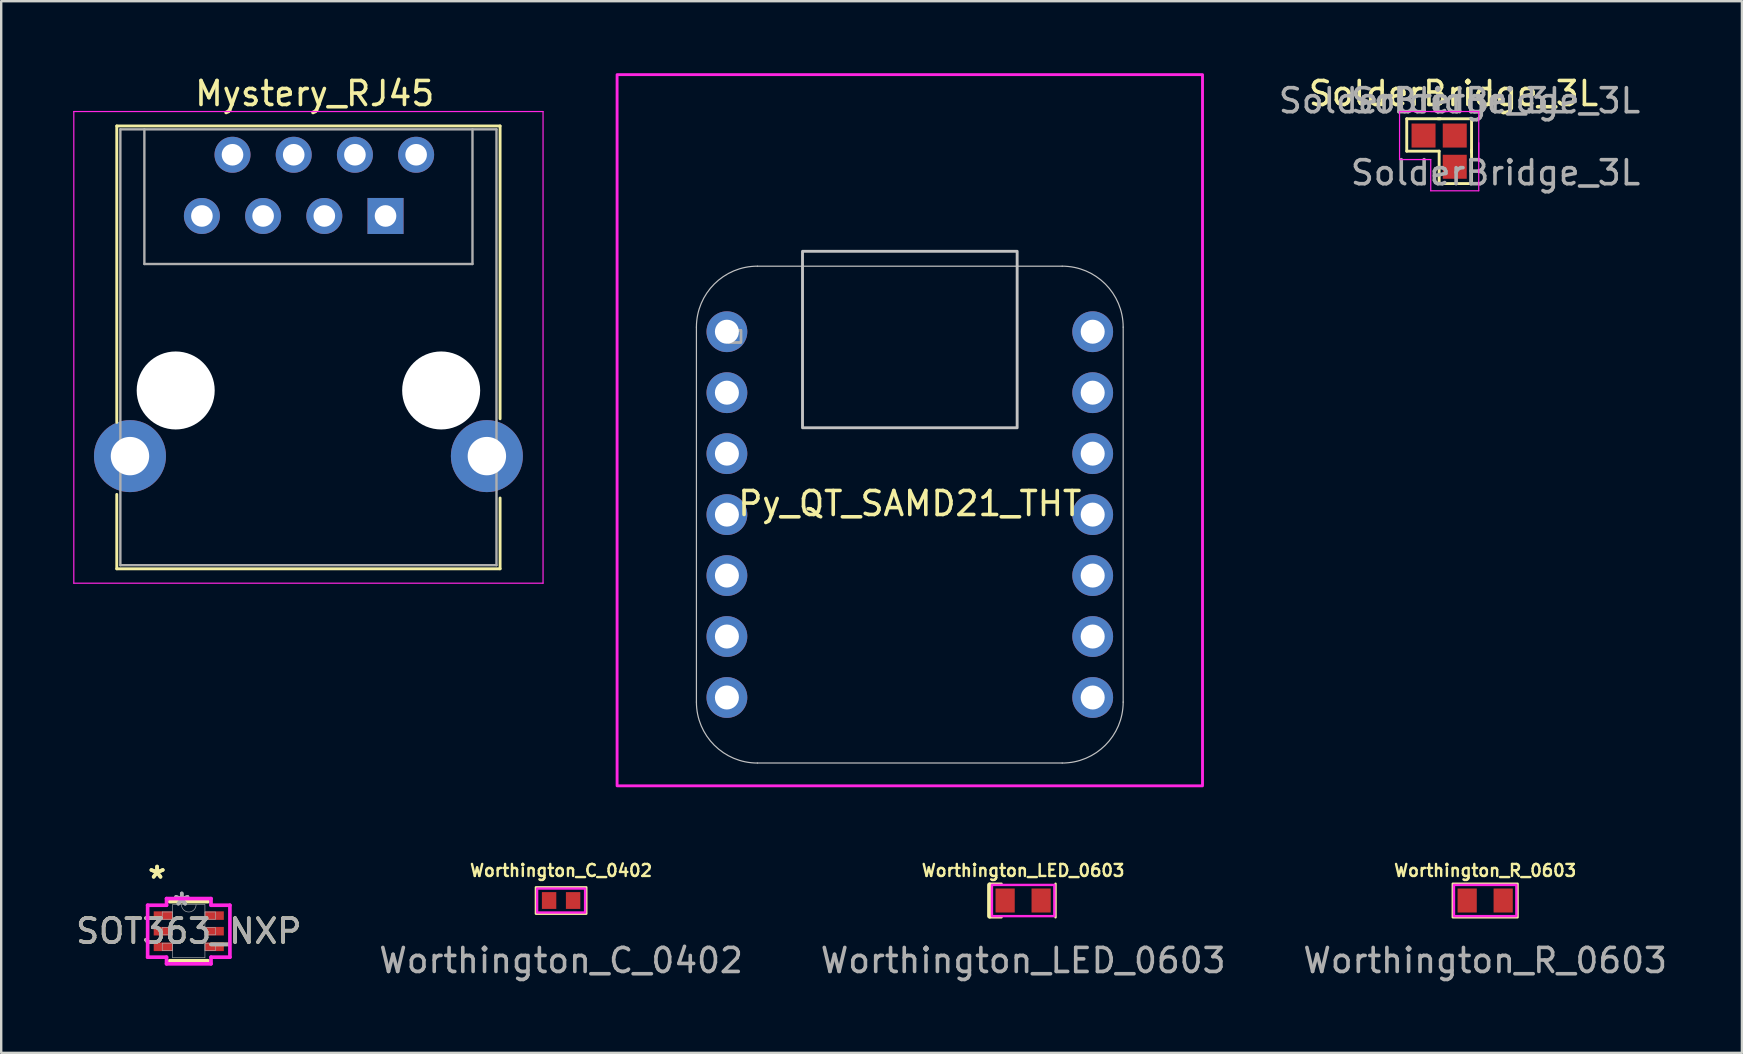
<source format=kicad_pcb>
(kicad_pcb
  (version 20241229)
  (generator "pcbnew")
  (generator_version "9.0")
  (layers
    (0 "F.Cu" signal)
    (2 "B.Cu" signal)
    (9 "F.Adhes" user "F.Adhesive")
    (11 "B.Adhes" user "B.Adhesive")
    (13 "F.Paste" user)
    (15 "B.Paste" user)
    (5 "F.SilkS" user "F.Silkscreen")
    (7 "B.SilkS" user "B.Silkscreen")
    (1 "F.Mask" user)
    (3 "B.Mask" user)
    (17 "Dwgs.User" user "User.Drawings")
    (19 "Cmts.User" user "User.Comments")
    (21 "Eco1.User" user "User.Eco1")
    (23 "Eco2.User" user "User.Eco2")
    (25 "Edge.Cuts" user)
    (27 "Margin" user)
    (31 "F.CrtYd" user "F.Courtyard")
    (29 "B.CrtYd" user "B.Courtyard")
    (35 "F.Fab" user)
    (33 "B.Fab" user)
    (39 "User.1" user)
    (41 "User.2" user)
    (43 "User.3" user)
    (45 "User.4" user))
  (footprint "Py_QT_SAMD21_THT"
    (layer "F.Cu")
    (at 34.855 18.43)
    (property "Reference" "Py_QT_SAMD21_THT" (at 0 -0.5 0) (unlocked yes) (layer "F.SilkS") (effects (font (size 1 1) (thickness 0.15))))
    (attr through_hole)
    (fp_line (start -8.89 7.771) (end -8.89 -7.851) (stroke (width 0.05) (type solid)) (layer "Dwgs.User"))
    (fp_line (start -6.35 -10.39) (end 6.35 -10.39) (stroke (width 0.05) (type solid)) (layer "Dwgs.User"))
    (fp_line (start 6.35 10.31) (end -6.35 10.31) (stroke (width 0.05) (type solid)) (layer "Dwgs.User"))
    (fp_line (start 8.89 -7.851) (end 8.89 7.771) (stroke (width 0.05) (type solid)) (layer "Dwgs.User"))
    (fp_rect (start -4.47 -11.01) (end 4.473 -3.657) (stroke (width 0.12) (type default)) (fill no) (layer "Dwgs.User"))
    (fp_arc (start -8.89 -7.8505) (mid -8.146051 -9.646551) (end -6.35 -10.3905) (stroke (width 0.05) (type solid)) (layer "Dwgs.User"))
    (fp_arc (start -6.35 10.3105) (mid -8.146051 9.566551) (end -8.89 7.7705) (stroke (width 0.05) (type solid)) (layer "Dwgs.User"))
    (fp_arc (start 6.35 -10.3905) (mid 8.146051 -9.646551) (end 8.89 -7.8505) (stroke (width 0.05) (type solid)) (layer "Dwgs.User"))
    (fp_arc (start 8.89 7.7705) (mid 8.146051 9.566551) (end 6.35 10.3105) (stroke (width 0.05) (type solid)) (layer "Dwgs.User"))
    (fp_rect (start -12.195 -18.37) (end 12.195 11.26) (stroke (width 0.12) (type default)) (fill no) (layer "F.CrtYd"))
    (fp_poly (pts (xy -7.541 -7.213) (xy -7.033 -7.213) (xy -7.033 -7.721) (xy -7.541 -7.721)) (stroke (width 0.1) (type default)) (fill no) (layer "F.Fab"))
    (fp_poly (pts (xy -7.541 -7.213) (xy -7.033 -7.213) (xy -7.033 -7.721) (xy -7.541 -7.721)) (stroke (width 0.1) (type default)) (fill no) (layer "F.Fab"))
    (pad "1" thru_hole circle (at -7.62 -7.66) (size 1.7 1.7) (drill 1) (layers "*.Cu" "*.Mask"))
    (pad "2" thru_hole circle (at -7.62 -5.12) (size 1.7 1.7) (drill 1) (layers "*.Cu" "*.Mask"))
    (pad "3" thru_hole circle (at -7.62 -2.58) (size 1.7 1.7) (drill 1) (layers "*.Cu" "*.Mask"))
    (pad "4" thru_hole circle (at -7.62 -0.04) (size 1.7 1.7) (drill 1) (layers "*.Cu" "*.Mask"))
    (pad "5" thru_hole circle (at -7.62 2.5) (size 1.7 1.7) (drill 1) (layers "*.Cu" "*.Mask"))
    (pad "6" thru_hole circle (at -7.62 5.04) (size 1.7 1.7) (drill 1) (layers "*.Cu" "*.Mask"))
    (pad "7" thru_hole circle (at -7.62 7.58) (size 1.7 1.7) (drill 1) (layers "*.Cu" "*.Mask"))
    (pad "8" thru_hole circle (at 7.62 7.58 180) (size 1.7 1.7) (drill 1) (layers "*.Cu" "*.Mask"))
    (pad "9" thru_hole circle (at 7.62 5.04 180) (size 1.7 1.7) (drill 1) (layers "*.Cu" "*.Mask"))
    (pad "10" thru_hole circle (at 7.62 2.5 180) (size 1.7 1.7) (drill 1) (layers "*.Cu" "*.Mask"))
    (pad "11" thru_hole circle (at 7.62 -0.04 180) (size 1.7 1.7) (drill 1) (layers "*.Cu" "*.Mask"))
    (pad "12" thru_hole circle (at 7.62 -2.58 180) (size 1.7 1.7) (drill 1) (layers "*.Cu" "*.Mask"))
    (pad "13" thru_hole circle (at 7.62 -5.12 180) (size 1.7 1.7) (drill 1) (layers "*.Cu" "*.Mask"))
    (pad "14" thru_hole circle (at 7.62 -7.66 180) (size 1.7 1.7) (drill 1) (layers "*.Cu" "*.Mask")))
  (footprint "SolderBridge_3L"
    (layer "F.Cu")
    (at 56.259 2.598)
    (property "Reference" "SolderBridge_3L" (at 1.25 -1.75 0) (layer "F.SilkS") (effects (font (size 1 1) (thickness 0.15))))
    (attr exclude_from_pos_files exclude_from_bom)
    (fp_rect (start -0.45 -0.45) (end 1.75 0.45) (stroke (width 0.1) (type solid)) (fill yes) (layer "F.Mask"))
    (fp_rect (start 0.85 -0.45) (end 1.75 1.75) (stroke (width 0.1) (type solid)) (fill yes) (layer "F.Mask"))
    (fp_line (start -0.7 -0.7) (end 0.7 -0.7) (stroke (width 0.12) (type solid)) (layer "F.SilkS"))
    (fp_line (start -0.7 0.65) (end -0.7 -0.7) (stroke (width 0.12) (type solid)) (layer "F.SilkS"))
    (fp_line (start -0.7 0.65) (end 0.65 0.65) (stroke (width 0.12) (type solid)) (layer "F.SilkS"))
    (fp_line (start 0.6 -0.7) (end 2 -0.7) (stroke (width 0.12) (type solid)) (layer "F.SilkS"))
    (fp_line (start 0.65 2) (end 0.65 0.65) (stroke (width 0.12) (type solid)) (layer "F.SilkS"))
    (fp_line (start 2 -0.7) (end 2 0.7) (stroke (width 0.12) (type solid)) (layer "F.SilkS"))
    (fp_line (start 2 0.6) (end 2 2) (stroke (width 0.12) (type solid)) (layer "F.SilkS"))
    (fp_line (start 2 2) (end 0.65 2) (stroke (width 0.12) (type solid)) (layer "F.SilkS"))
    (fp_line (start -1 -1) (end -1 1) (stroke (width 0.05) (type solid)) (layer "F.CrtYd"))
    (fp_line (start -1 -1) (end 1 -1) (stroke (width 0.05) (type solid)) (layer "F.CrtYd"))
    (fp_line (start 0.3 -1) (end 2.3 -1) (stroke (width 0.05) (type solid)) (layer "F.CrtYd"))
    (fp_line (start 0.3 1) (end -1 1) (stroke (width 0.05) (type solid)) (layer "F.CrtYd"))
    (fp_line (start 0.3 1) (end 0.3 2.3) (stroke (width 0.05) (type solid)) (layer "F.CrtYd"))
    (fp_line (start 2.3 1) (end 2.3 -1) (stroke (width 0.05) (type solid)) (layer "F.CrtYd"))
    (fp_line (start 2.3 2.3) (end 0.3 2.3) (stroke (width 0.05) (type solid)) (layer "F.CrtYd"))
    (fp_line (start 2.3 2.3) (end 2.3 0.3) (stroke (width 0.05) (type solid)) (layer "F.CrtYd"))
    (fp_text user "${REFERENCE}" (at 3 -1.45 0) (layer "F.Fab") (effects (font (size 1 1) (thickness 0.15))))
    (fp_text user "${REFERENCE}" (at 3 1.55 0) (layer "F.Fab") (effects (font (size 1 1) (thickness 0.15))))
    (fp_text user "${REFERENCE}" (at 0 -1.45 0) (layer "F.Fab") (effects (font (size 1 1) (thickness 0.15))))
    (pad "1" smd rect (at 0 0) (size 1 1) (layers "F.Cu" "F.Mask"))
    (pad "2" smd rect (at 1.3 0) (size 1 1) (layers "F.Cu" "F.Mask"))
    (pad "3" smd rect (at 1.3 1.3) (size 1 1) (layers "F.Cu" "F.Mask")))
  (footprint "Worthington_C_0402"
    (layer "F.Cu")
    (at 20.327 34.468)
    (property "Reference" "Worthington_C_0402" (at 0 -1.25 0) (unlocked yes) (layer "F.SilkS") (effects (font (size 0.5 0.5) (thickness 0.1))))
    (attr through_hole)
    (fp_rect (start -1.05 -0.55) (end 1.05 0.55) (stroke (width 0.1) (type solid)) (fill no) (layer "F.SilkS"))
    (fp_rect (start -1 -0.5) (end 1 0.5) (stroke (width 0.1) (type solid)) (fill no) (layer "F.CrtYd"))
    (fp_text user "${REFERENCE}" (at 0 2.5 0) (unlocked yes) (layer "F.Fab") (effects (font (size 1 1) (thickness 0.15))))
    (pad "1" smd rect (at -0.5 0) (size 0.6 0.7) (layers "F.Cu" "F.Mask" "F.Paste"))
    (pad "2" smd rect (at 0.5 0) (size 0.6 0.7) (layers "F.Cu" "F.Mask" "F.Paste")))
  (footprint "Worthington_R_0603"
    (layer "F.Cu")
    (at 58.827 34.468)
    (property "Reference" "Worthington_R_0603" (at 0 -1.25 0) (unlocked yes) (layer "F.SilkS") (effects (font (size 0.5 0.5) (thickness 0.1))))
    (attr through_hole)
    (fp_rect (start -1.35 -0.7) (end 1.35 0.7) (stroke (width 0.1) (type solid)) (fill no) (layer "F.SilkS"))
    (fp_rect (start -1.3 -0.65) (end 1.3 0.65) (stroke (width 0.1) (type solid)) (fill no) (layer "F.CrtYd"))
    (fp_text user "${REFERENCE}" (at 0 2.5 0) (unlocked yes) (layer "F.Fab") (effects (font (size 1 1) (thickness 0.15))))
    (pad "1" smd rect (at -0.75 0) (size 0.8 1) (layers "F.Cu" "F.Mask" "F.Paste"))
    (pad "2" smd rect (at 0.75 0) (size 0.8 1) (layers "F.Cu" "F.Mask" "F.Paste")))
  (footprint "Worthington_LED_0603"
    (layer "F.Cu")
    (at 39.577 34.468)
    (property "Reference" "Worthington_LED_0603" (at 0 -1.25 0) (unlocked yes) (layer "F.SilkS") (effects (font (size 0.5 0.5) (thickness 0.1))))
    (attr through_hole)
    (fp_line (start -1.4 -0.65) (end -1.4 0.65) (stroke (width 0.2) (type solid)) (layer "F.SilkS"))
    (fp_line (start -1.4 0.7) (end -0.9 0.7) (stroke (width 0.1) (type default)) (layer "F.SilkS"))
    (fp_line (start -0.9 -0.7) (end -1.4 -0.7) (stroke (width 0.1) (type default)) (layer "F.SilkS"))
    (fp_line (start 1.35 0.7) (end 1.35 -0.7) (stroke (width 0.1) (type default)) (layer "F.SilkS"))
    (fp_rect (start -1.3 -0.65) (end 1.3 0.65) (stroke (width 0.1) (type solid)) (fill no) (layer "F.CrtYd"))
    (fp_text user "${REFERENCE}" (at 0 2.5 0) (unlocked yes) (layer "F.Fab") (effects (font (size 1 1) (thickness 0.15))))
    (pad "1" smd rect (at -0.75 0) (size 0.8 1) (layers "F.Cu" "F.Mask" "F.Paste"))
    (pad "2" smd rect (at 0.75 0) (size 0.8 1) (layers "F.Cu" "F.Mask" "F.Paste")))
  (footprint "Mystery_RJ45"
    (layer "F.Cu")
    (at 12.962 5.948)
    (property "Reference" "Mystery_RJ45" (at -2.9 -5.1 0) (unlocked yes) (layer "F.SilkS") (effects (font (size 1 1) (thickness 0.15))))
    (attr through_hole)
    (fp_line (start -11.147 -3.75) (end -11.147 8.6) (stroke (width 0.12) (type solid)) (layer "F.SilkS"))
    (fp_line (start -11.147 14.7) (end -11.147 11.6) (stroke (width 0.12) (type solid)) (layer "F.SilkS"))
    (fp_line (start 4.823 -3.75) (end -11.147 -3.75) (stroke (width 0.12) (type solid)) (layer "F.SilkS"))
    (fp_line (start 4.823 -3.75) (end 4.823 8.45) (stroke (width 0.12) (type solid)) (layer "F.SilkS"))
    (fp_line (start 4.823 14.7) (end -11.147 14.7) (stroke (width 0.12) (type solid)) (layer "F.SilkS"))
    (fp_line (start 4.823 14.7) (end 4.823 11.75) (stroke (width 0.12) (type solid)) (layer "F.SilkS"))
    (fp_line (start -12.937 -4.35) (end 6.613 -4.35) (stroke (width 0.05) (type solid)) (layer "F.CrtYd"))
    (fp_line (start -12.937 15.3) (end -12.937 -4.35) (stroke (width 0.05) (type solid)) (layer "F.CrtYd"))
    (fp_line (start 6.613 -4.35) (end 6.613 15.3) (stroke (width 0.05) (type solid)) (layer "F.CrtYd"))
    (fp_line (start 6.613 15.3) (end -12.937 15.3) (stroke (width 0.05) (type solid)) (layer "F.CrtYd"))
    (fp_line (start -10.997 9.35) (end -10.597 9.35) (stroke (width 0.1) (type solid)) (layer "F.Fab"))
    (fp_line (start -10.997 10.65) (end -10.597 10.65) (stroke (width 0.1) (type solid)) (layer "F.Fab"))
    (fp_line (start -10.997 14.55) (end -10.997 -3.61) (stroke (width 0.1) (type solid)) (layer "F.Fab"))
    (fp_line (start -10.597 9.35) (end -10.597 10.64) (stroke (width 0.1) (type solid)) (layer "F.Fab"))
    (fp_line (start -9.997 2) (end -9.997 -3.61) (stroke (width 0.1) (type solid)) (layer "F.Fab"))
    (fp_line (start -9.997 2) (end 3.673 2) (stroke (width 0.1) (type solid)) (layer "F.Fab"))
    (fp_line (start 3.673 2) (end 3.673 -3.61) (stroke (width 0.1) (type solid)) (layer "F.Fab"))
    (fp_line (start 4.273 10.65) (end 4.273 9.36) (stroke (width 0.1) (type solid)) (layer "F.Fab"))
    (fp_line (start 4.673 -3.61) (end -10.997 -3.61) (stroke (width 0.1) (type solid)) (layer "F.Fab"))
    (fp_line (start 4.673 9.35) (end 4.273 9.35) (stroke (width 0.1) (type solid)) (layer "F.Fab"))
    (fp_line (start 4.673 10.65) (end 4.273 10.65) (stroke (width 0.1) (type solid)) (layer "F.Fab"))
    (fp_line (start 4.673 14.55) (end -10.997 14.55) (stroke (width 0.1) (type solid)) (layer "F.Fab"))
    (fp_line (start 4.673 14.55) (end 4.673 -3.61) (stroke (width 0.1) (type solid)) (layer "F.Fab"))
    (fp_circle (center -8.692 7.27) (end -10.192 7.27) (stroke (width 0.1) (type solid)) (fill no) (layer "F.Fab"))
    (fp_circle (center -7.6 0) (end -7.375 0) (stroke (width 0.05) (type solid)) (fill no) (layer "F.Fab"))
    (fp_circle (center -6.325 -2.55) (end -6.1 -2.55) (stroke (width 0.05) (type solid)) (fill no) (layer "F.Fab"))
    (fp_circle (center -5.05 0) (end -4.825 0) (stroke (width 0.05) (type solid)) (fill no) (layer "F.Fab"))
    (fp_circle (center -3.775 -2.55) (end -3.55 -2.55) (stroke (width 0.05) (type solid)) (fill no) (layer "F.Fab"))
    (fp_circle (center -2.5 0) (end -2.275 0) (stroke (width 0.05) (type solid)) (fill no) (layer "F.Fab"))
    (fp_circle (center -1.225 -2.55) (end -1 -2.55) (stroke (width 0.05) (type solid)) (fill no) (layer "F.Fab"))
    (fp_circle (center 0.05 0) (end 0.275 0) (stroke (width 0.05) (type solid)) (fill no) (layer "F.Fab"))
    (fp_circle (center 1.325 -2.55) (end 1.55 -2.55) (stroke (width 0.05) (type solid)) (fill no) (layer "F.Fab"))
    (fp_circle (center 2.368 7.27) (end 0.868 7.27) (stroke (width 0.1) (type solid)) (fill no) (layer "F.Fab"))
    (pad "" np_thru_hole circle (at -8.692 7.27) (size 3.25 3.25) (drill 3.25) (layers "*.Cu" "*.Mask"))
    (pad "" np_thru_hole circle (at 2.368 7.27) (size 3.25 3.25) (drill 3.25) (layers "*.Cu" "*.Mask"))
    (pad "1" thru_hole rect (at 0.05 0) (size 1.5 1.5) (drill 0.9) (layers "*.Cu" "*.Mask"))
    (pad "2" thru_hole circle (at 1.325 -2.55) (size 1.5 1.5) (drill 0.9) (layers "*.Cu" "*.Mask"))
    (pad "3" thru_hole circle (at -2.5 0) (size 1.5 1.5) (drill 0.9) (layers "*.Cu" "*.Mask"))
    (pad "4" thru_hole circle (at -1.225 -2.55) (size 1.5 1.5) (drill 0.9) (layers "*.Cu" "*.Mask"))
    (pad "5" thru_hole circle (at -5.05 0) (size 1.5 1.5) (drill 0.9) (layers "*.Cu" "*.Mask"))
    (pad "6" thru_hole circle (at -3.775 -2.55) (size 1.5 1.5) (drill 0.9) (layers "*.Cu" "*.Mask"))
    (pad "7" thru_hole circle (at -7.6 0) (size 1.5 1.5) (drill 0.9) (layers "*.Cu" "*.Mask"))
    (pad "8" thru_hole circle (at -6.325 -2.55) (size 1.5 1.5) (drill 0.9) (layers "*.Cu" "*.Mask"))
    (pad "SH" thru_hole circle (at -10.597 10.005) (size 3 3) (drill 1.6) (layers "*.Cu" "*.Mask"))
    (pad "SH" thru_hole circle (at 4.273 10.005) (size 3 3) (drill 1.6) (layers "*.Cu" "*.Mask")))
  (footprint "SOT363_NXP"
    (layer "F.Cu")
    (at 4.815 35.747)
    (property "Reference" "SOT363_NXP" (at 0 0 0) (unlocked yes) (layer "F.SilkS") (effects (font (size 1 1) (thickness 0.15))))
    (attr smd)
    (fp_line (start -0.8 1.232) (end 0.8 1.232) (stroke (width 0.152) (type solid)) (layer "F.SilkS"))
    (fp_line (start 0.8 -1.232) (end -0.8 -1.232) (stroke (width 0.152) (type solid)) (layer "F.SilkS"))
    (fp_line (start -1.714 -1.082) (end -0.927 -1.082) (stroke (width 0.152) (type solid)) (layer "F.CrtYd"))
    (fp_line (start -1.714 1.082) (end -1.714 -1.082) (stroke (width 0.152) (type solid)) (layer "F.CrtYd"))
    (fp_line (start -1.714 1.082) (end -0.927 1.082) (stroke (width 0.152) (type solid)) (layer "F.CrtYd"))
    (fp_line (start -0.927 -1.359) (end 0.927 -1.359) (stroke (width 0.152) (type solid)) (layer "F.CrtYd"))
    (fp_line (start -0.927 -1.082) (end -0.927 -1.359) (stroke (width 0.152) (type solid)) (layer "F.CrtYd"))
    (fp_line (start -0.927 1.359) (end -0.927 1.082) (stroke (width 0.152) (type solid)) (layer "F.CrtYd"))
    (fp_line (start 0.927 -1.359) (end 0.927 -1.082) (stroke (width 0.152) (type solid)) (layer "F.CrtYd"))
    (fp_line (start 0.927 1.082) (end 0.927 1.359) (stroke (width 0.152) (type solid)) (layer "F.CrtYd"))
    (fp_line (start 0.927 1.359) (end -0.927 1.359) (stroke (width 0.152) (type solid)) (layer "F.CrtYd"))
    (fp_line (start 1.714 -1.082) (end 0.927 -1.082) (stroke (width 0.152) (type solid)) (layer "F.CrtYd"))
    (fp_line (start 1.714 -1.082) (end 1.714 1.082) (stroke (width 0.152) (type solid)) (layer "F.CrtYd"))
    (fp_line (start 1.714 1.082) (end 0.927 1.082) (stroke (width 0.152) (type solid)) (layer "F.CrtYd"))
    (fp_line (start -1.105 -0.802) (end -1.105 -0.498) (stroke (width 0.025) (type solid)) (layer "F.Fab"))
    (fp_line (start -1.105 -0.498) (end -0.673 -0.498) (stroke (width 0.025) (type solid)) (layer "F.Fab"))
    (fp_line (start -1.105 -0.152) (end -1.105 0.152) (stroke (width 0.025) (type solid)) (layer "F.Fab"))
    (fp_line (start -1.105 0.152) (end -0.673 0.152) (stroke (width 0.025) (type solid)) (layer "F.Fab"))
    (fp_line (start -1.105 0.498) (end -1.105 0.802) (stroke (width 0.025) (type solid)) (layer "F.Fab"))
    (fp_line (start -1.105 0.802) (end -0.673 0.802) (stroke (width 0.025) (type solid)) (layer "F.Fab"))
    (fp_line (start -0.673 -1.105) (end -0.673 1.105) (stroke (width 0.025) (type solid)) (layer "F.Fab"))
    (fp_line (start -0.673 -0.802) (end -1.105 -0.802) (stroke (width 0.025) (type solid)) (layer "F.Fab"))
    (fp_line (start -0.673 -0.498) (end -0.673 -0.802) (stroke (width 0.025) (type solid)) (layer "F.Fab"))
    (fp_line (start -0.673 -0.152) (end -1.105 -0.152) (stroke (width 0.025) (type solid)) (layer "F.Fab"))
    (fp_line (start -0.673 0.152) (end -0.673 -0.152) (stroke (width 0.025) (type solid)) (layer "F.Fab"))
    (fp_line (start -0.673 0.498) (end -1.105 0.498) (stroke (width 0.025) (type solid)) (layer "F.Fab"))
    (fp_line (start -0.673 0.802) (end -0.673 0.498) (stroke (width 0.025) (type solid)) (layer "F.Fab"))
    (fp_line (start -0.673 1.105) (end 0.673 1.105) (stroke (width 0.025) (type solid)) (layer "F.Fab"))
    (fp_line (start 0.673 -1.105) (end -0.673 -1.105) (stroke (width 0.025) (type solid)) (layer "F.Fab"))
    (fp_line (start 0.673 -0.802) (end 0.673 -0.498) (stroke (width 0.025) (type solid)) (layer "F.Fab"))
    (fp_line (start 0.673 -0.498) (end 1.105 -0.498) (stroke (width 0.025) (type solid)) (layer "F.Fab"))
    (fp_line (start 0.673 -0.152) (end 0.673 0.152) (stroke (width 0.025) (type solid)) (layer "F.Fab"))
    (fp_line (start 0.673 0.152) (end 1.105 0.152) (stroke (width 0.025) (type solid)) (layer "F.Fab"))
    (fp_line (start 0.673 0.498) (end 0.673 0.802) (stroke (width 0.025) (type solid)) (layer "F.Fab"))
    (fp_line (start 0.673 0.802) (end 1.105 0.802) (stroke (width 0.025) (type solid)) (layer "F.Fab"))
    (fp_line (start 0.673 1.105) (end 0.673 -1.105) (stroke (width 0.025) (type solid)) (layer "F.Fab"))
    (fp_line (start 1.105 -0.802) (end 0.673 -0.802) (stroke (width 0.025) (type solid)) (layer "F.Fab"))
    (fp_line (start 1.105 -0.498) (end 1.105 -0.802) (stroke (width 0.025) (type solid)) (layer "F.Fab"))
    (fp_line (start 1.105 -0.152) (end 0.673 -0.152) (stroke (width 0.025) (type solid)) (layer "F.Fab"))
    (fp_line (start 1.105 0.152) (end 1.105 -0.152) (stroke (width 0.025) (type solid)) (layer "F.Fab"))
    (fp_line (start 1.105 0.498) (end 0.673 0.498) (stroke (width 0.025) (type solid)) (layer "F.Fab"))
    (fp_line (start 1.105 0.802) (end 1.105 0.498) (stroke (width 0.025) (type solid)) (layer "F.Fab"))
    (fp_arc (start 0.3048 -1.1049) (mid 0 -0.8001) (end -0.3048 -1.1049) (stroke (width 0.0254) (type solid)) (layer "F.Fab"))
    (fp_text user "*" (at -1.321 -2.149 0) (unlocked yes) (layer "F.SilkS") (effects (font (size 1 1) (thickness 0.15))))
    (fp_text user "*" (at -1.321 -2.149 0) (layer "F.SilkS") (effects (font (size 1 1) (thickness 0.15))))
    (fp_text user "${REFERENCE}" (at 0 0 0) (unlocked yes) (layer "F.Fab") (effects (font (size 1 1) (thickness 0.15))))
    (fp_text user "*" (at -0.292 -1.029 0) (layer "F.Fab") (effects (font (size 1 1) (thickness 0.15))))
    (fp_text user "*" (at -0.292 -1.029 0) (unlocked yes) (layer "F.Fab") (effects (font (size 1 1) (thickness 0.15))))
    (pad "1" smd rect (at -1.067 -0.65) (size 0.787 0.356) (layers "F.Cu" "F.Mask" "F.Paste"))
    (pad "2" smd rect (at -1.067 0) (size 0.787 0.356) (layers "F.Cu" "F.Mask" "F.Paste"))
    (pad "3" smd rect (at -1.067 0.65) (size 0.787 0.356) (layers "F.Cu" "F.Mask" "F.Paste"))
    (pad "4" smd rect (at 1.067 0.65) (size 0.787 0.356) (layers "F.Cu" "F.Mask" "F.Paste"))
    (pad "5" smd rect (at 1.067 0) (size 0.787 0.356) (layers "F.Cu" "F.Mask" "F.Paste"))
    (pad "6" smd rect (at 1.067 -0.65) (size 0.787 0.356) (layers "F.Cu" "F.Mask" "F.Paste")))
  (gr_rect
    (start -3 -3)
    (end 69.524 40.816)
    (stroke (width 0.1) (type default))
    (fill no)
    (layer "Edge.Cuts")))
</source>
